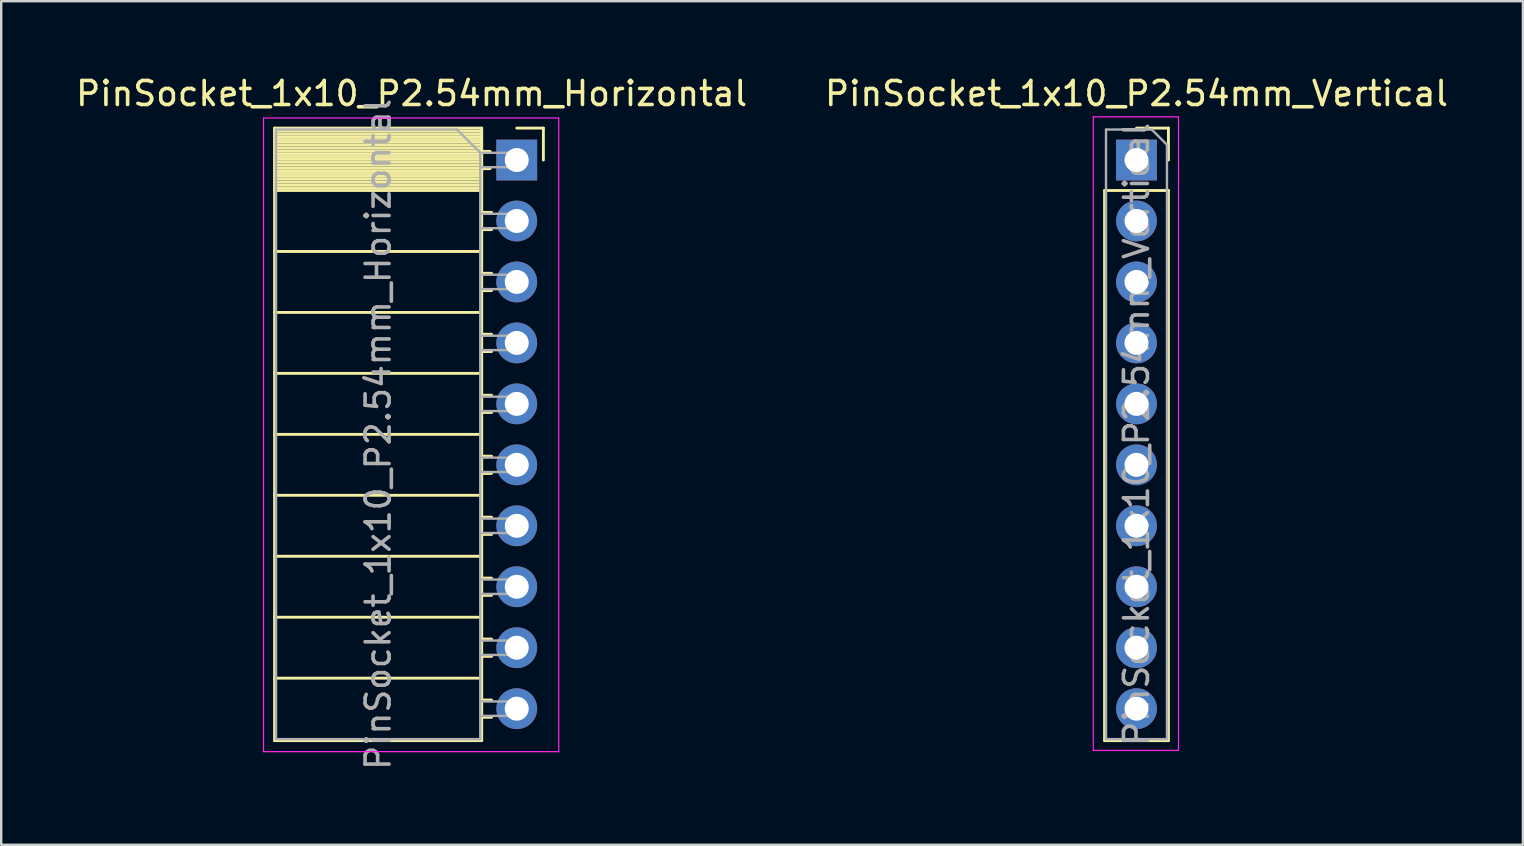
<source format=kicad_pcb>
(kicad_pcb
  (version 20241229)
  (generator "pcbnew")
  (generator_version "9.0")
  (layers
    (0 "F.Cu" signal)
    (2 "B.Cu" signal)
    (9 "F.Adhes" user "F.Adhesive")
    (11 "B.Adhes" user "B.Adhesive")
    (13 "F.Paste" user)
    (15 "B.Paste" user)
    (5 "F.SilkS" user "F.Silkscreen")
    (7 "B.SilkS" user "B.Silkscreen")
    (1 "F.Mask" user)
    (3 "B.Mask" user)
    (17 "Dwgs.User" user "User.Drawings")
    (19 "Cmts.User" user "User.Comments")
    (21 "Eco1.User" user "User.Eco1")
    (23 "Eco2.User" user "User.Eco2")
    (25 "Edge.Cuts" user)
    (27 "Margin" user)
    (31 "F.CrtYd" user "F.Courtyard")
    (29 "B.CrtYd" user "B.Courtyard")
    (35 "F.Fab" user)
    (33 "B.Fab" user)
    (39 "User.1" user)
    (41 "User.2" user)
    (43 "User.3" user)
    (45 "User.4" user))
  (footprint "PinSocket_1x10_P2.54mm_Horizontal"
    (layer "F.Cu")
    (at 18.481 3.618)
    (property "Reference" "PinSocket_1x10_P2.54mm_Horizontal" (at -4.38 -2.77 0) (layer "F.SilkS") (effects (font (size 1 1) (thickness 0.15))))
    (attr through_hole)
    (fp_line (start -10.09 -1.33) (end -10.09 24.19) (stroke (width 0.12) (type solid)) (layer "F.SilkS"))
    (fp_line (start -10.09 -1.33) (end -1.46 -1.33) (stroke (width 0.12) (type solid)) (layer "F.SilkS"))
    (fp_line (start -10.09 -1.21) (end -1.46 -1.21) (stroke (width 0.12) (type solid)) (layer "F.SilkS"))
    (fp_line (start -10.09 -1.092) (end -1.46 -1.092) (stroke (width 0.12) (type solid)) (layer "F.SilkS"))
    (fp_line (start -10.09 -0.974) (end -1.46 -0.974) (stroke (width 0.12) (type solid)) (layer "F.SilkS"))
    (fp_line (start -10.09 -0.856) (end -1.46 -0.856) (stroke (width 0.12) (type solid)) (layer "F.SilkS"))
    (fp_line (start -10.09 -0.738) (end -1.46 -0.738) (stroke (width 0.12) (type solid)) (layer "F.SilkS"))
    (fp_line (start -10.09 -0.62) (end -1.46 -0.62) (stroke (width 0.12) (type solid)) (layer "F.SilkS"))
    (fp_line (start -10.09 -0.501) (end -1.46 -0.501) (stroke (width 0.12) (type solid)) (layer "F.SilkS"))
    (fp_line (start -10.09 -0.383) (end -1.46 -0.383) (stroke (width 0.12) (type solid)) (layer "F.SilkS"))
    (fp_line (start -10.09 -0.265) (end -1.46 -0.265) (stroke (width 0.12) (type solid)) (layer "F.SilkS"))
    (fp_line (start -10.09 -0.147) (end -1.46 -0.147) (stroke (width 0.12) (type solid)) (layer "F.SilkS"))
    (fp_line (start -10.09 -0.029) (end -1.46 -0.029) (stroke (width 0.12) (type solid)) (layer "F.SilkS"))
    (fp_line (start -10.09 0.089) (end -1.46 0.089) (stroke (width 0.12) (type solid)) (layer "F.SilkS"))
    (fp_line (start -10.09 0.207) (end -1.46 0.207) (stroke (width 0.12) (type solid)) (layer "F.SilkS"))
    (fp_line (start -10.09 0.325) (end -1.46 0.325) (stroke (width 0.12) (type solid)) (layer "F.SilkS"))
    (fp_line (start -10.09 0.443) (end -1.46 0.443) (stroke (width 0.12) (type solid)) (layer "F.SilkS"))
    (fp_line (start -10.09 0.561) (end -1.46 0.561) (stroke (width 0.12) (type solid)) (layer "F.SilkS"))
    (fp_line (start -10.09 0.68) (end -1.46 0.68) (stroke (width 0.12) (type solid)) (layer "F.SilkS"))
    (fp_line (start -10.09 0.798) (end -1.46 0.798) (stroke (width 0.12) (type solid)) (layer "F.SilkS"))
    (fp_line (start -10.09 0.916) (end -1.46 0.916) (stroke (width 0.12) (type solid)) (layer "F.SilkS"))
    (fp_line (start -10.09 1.034) (end -1.46 1.034) (stroke (width 0.12) (type solid)) (layer "F.SilkS"))
    (fp_line (start -10.09 1.152) (end -1.46 1.152) (stroke (width 0.12) (type solid)) (layer "F.SilkS"))
    (fp_line (start -10.09 1.27) (end -1.46 1.27) (stroke (width 0.12) (type solid)) (layer "F.SilkS"))
    (fp_line (start -10.09 3.81) (end -1.46 3.81) (stroke (width 0.12) (type solid)) (layer "F.SilkS"))
    (fp_line (start -10.09 6.35) (end -1.46 6.35) (stroke (width 0.12) (type solid)) (layer "F.SilkS"))
    (fp_line (start -10.09 8.89) (end -1.46 8.89) (stroke (width 0.12) (type solid)) (layer "F.SilkS"))
    (fp_line (start -10.09 11.43) (end -1.46 11.43) (stroke (width 0.12) (type solid)) (layer "F.SilkS"))
    (fp_line (start -10.09 13.97) (end -1.46 13.97) (stroke (width 0.12) (type solid)) (layer "F.SilkS"))
    (fp_line (start -10.09 16.51) (end -1.46 16.51) (stroke (width 0.12) (type solid)) (layer "F.SilkS"))
    (fp_line (start -10.09 19.05) (end -1.46 19.05) (stroke (width 0.12) (type solid)) (layer "F.SilkS"))
    (fp_line (start -10.09 21.59) (end -1.46 21.59) (stroke (width 0.12) (type solid)) (layer "F.SilkS"))
    (fp_line (start -10.09 24.19) (end -1.46 24.19) (stroke (width 0.12) (type solid)) (layer "F.SilkS"))
    (fp_line (start -1.46 -1.33) (end -1.46 24.19) (stroke (width 0.12) (type solid)) (layer "F.SilkS"))
    (fp_line (start -1.46 -0.36) (end -1.11 -0.36) (stroke (width 0.12) (type solid)) (layer "F.SilkS"))
    (fp_line (start -1.46 0.36) (end -1.11 0.36) (stroke (width 0.12) (type solid)) (layer "F.SilkS"))
    (fp_line (start -1.46 2.18) (end -1.05 2.18) (stroke (width 0.12) (type solid)) (layer "F.SilkS"))
    (fp_line (start -1.46 2.9) (end -1.05 2.9) (stroke (width 0.12) (type solid)) (layer "F.SilkS"))
    (fp_line (start -1.46 4.72) (end -1.05 4.72) (stroke (width 0.12) (type solid)) (layer "F.SilkS"))
    (fp_line (start -1.46 5.44) (end -1.05 5.44) (stroke (width 0.12) (type solid)) (layer "F.SilkS"))
    (fp_line (start -1.46 7.26) (end -1.05 7.26) (stroke (width 0.12) (type solid)) (layer "F.SilkS"))
    (fp_line (start -1.46 7.98) (end -1.05 7.98) (stroke (width 0.12) (type solid)) (layer "F.SilkS"))
    (fp_line (start -1.46 9.8) (end -1.05 9.8) (stroke (width 0.12) (type solid)) (layer "F.SilkS"))
    (fp_line (start -1.46 10.52) (end -1.05 10.52) (stroke (width 0.12) (type solid)) (layer "F.SilkS"))
    (fp_line (start -1.46 12.34) (end -1.05 12.34) (stroke (width 0.12) (type solid)) (layer "F.SilkS"))
    (fp_line (start -1.46 13.06) (end -1.05 13.06) (stroke (width 0.12) (type solid)) (layer "F.SilkS"))
    (fp_line (start -1.46 14.88) (end -1.05 14.88) (stroke (width 0.12) (type solid)) (layer "F.SilkS"))
    (fp_line (start -1.46 15.6) (end -1.05 15.6) (stroke (width 0.12) (type solid)) (layer "F.SilkS"))
    (fp_line (start -1.46 17.42) (end -1.05 17.42) (stroke (width 0.12) (type solid)) (layer "F.SilkS"))
    (fp_line (start -1.46 18.14) (end -1.05 18.14) (stroke (width 0.12) (type solid)) (layer "F.SilkS"))
    (fp_line (start -1.46 19.96) (end -1.05 19.96) (stroke (width 0.12) (type solid)) (layer "F.SilkS"))
    (fp_line (start -1.46 20.68) (end -1.05 20.68) (stroke (width 0.12) (type solid)) (layer "F.SilkS"))
    (fp_line (start -1.46 22.5) (end -1.05 22.5) (stroke (width 0.12) (type solid)) (layer "F.SilkS"))
    (fp_line (start -1.46 23.22) (end -1.05 23.22) (stroke (width 0.12) (type solid)) (layer "F.SilkS"))
    (fp_line (start 0 -1.33) (end 1.11 -1.33) (stroke (width 0.12) (type solid)) (layer "F.SilkS"))
    (fp_line (start 1.11 -1.33) (end 1.11 0) (stroke (width 0.12) (type solid)) (layer "F.SilkS"))
    (fp_line (start -10.55 -1.75) (end -10.55 24.65) (stroke (width 0.05) (type solid)) (layer "F.CrtYd"))
    (fp_line (start -10.55 24.65) (end 1.75 24.65) (stroke (width 0.05) (type solid)) (layer "F.CrtYd"))
    (fp_line (start 1.75 -1.75) (end -10.55 -1.75) (stroke (width 0.05) (type solid)) (layer "F.CrtYd"))
    (fp_line (start 1.75 24.65) (end 1.75 -1.75) (stroke (width 0.05) (type solid)) (layer "F.CrtYd"))
    (fp_line (start -10.03 -1.27) (end -2.49 -1.27) (stroke (width 0.1) (type solid)) (layer "F.Fab"))
    (fp_line (start -10.03 24.13) (end -10.03 -1.27) (stroke (width 0.1) (type solid)) (layer "F.Fab"))
    (fp_line (start -2.49 -1.27) (end -1.52 -0.3) (stroke (width 0.1) (type solid)) (layer "F.Fab"))
    (fp_line (start -1.52 -0.3) (end -1.52 24.13) (stroke (width 0.1) (type solid)) (layer "F.Fab"))
    (fp_line (start -1.52 0.3) (end 0 0.3) (stroke (width 0.1) (type solid)) (layer "F.Fab"))
    (fp_line (start -1.52 2.84) (end 0 2.84) (stroke (width 0.1) (type solid)) (layer "F.Fab"))
    (fp_line (start -1.52 5.38) (end 0 5.38) (stroke (width 0.1) (type solid)) (layer "F.Fab"))
    (fp_line (start -1.52 7.92) (end 0 7.92) (stroke (width 0.1) (type solid)) (layer "F.Fab"))
    (fp_line (start -1.52 10.46) (end 0 10.46) (stroke (width 0.1) (type solid)) (layer "F.Fab"))
    (fp_line (start -1.52 13) (end 0 13) (stroke (width 0.1) (type solid)) (layer "F.Fab"))
    (fp_line (start -1.52 15.54) (end 0 15.54) (stroke (width 0.1) (type solid)) (layer "F.Fab"))
    (fp_line (start -1.52 18.08) (end 0 18.08) (stroke (width 0.1) (type solid)) (layer "F.Fab"))
    (fp_line (start -1.52 20.62) (end 0 20.62) (stroke (width 0.1) (type solid)) (layer "F.Fab"))
    (fp_line (start -1.52 23.16) (end 0 23.16) (stroke (width 0.1) (type solid)) (layer "F.Fab"))
    (fp_line (start -1.52 24.13) (end -10.03 24.13) (stroke (width 0.1) (type solid)) (layer "F.Fab"))
    (fp_line (start 0 -0.3) (end -1.52 -0.3) (stroke (width 0.1) (type solid)) (layer "F.Fab"))
    (fp_line (start 0 0.3) (end 0 -0.3) (stroke (width 0.1) (type solid)) (layer "F.Fab"))
    (fp_line (start 0 2.24) (end -1.52 2.24) (stroke (width 0.1) (type solid)) (layer "F.Fab"))
    (fp_line (start 0 2.84) (end 0 2.24) (stroke (width 0.1) (type solid)) (layer "F.Fab"))
    (fp_line (start 0 4.78) (end -1.52 4.78) (stroke (width 0.1) (type solid)) (layer "F.Fab"))
    (fp_line (start 0 5.38) (end 0 4.78) (stroke (width 0.1) (type solid)) (layer "F.Fab"))
    (fp_line (start 0 7.32) (end -1.52 7.32) (stroke (width 0.1) (type solid)) (layer "F.Fab"))
    (fp_line (start 0 7.92) (end 0 7.32) (stroke (width 0.1) (type solid)) (layer "F.Fab"))
    (fp_line (start 0 9.86) (end -1.52 9.86) (stroke (width 0.1) (type solid)) (layer "F.Fab"))
    (fp_line (start 0 10.46) (end 0 9.86) (stroke (width 0.1) (type solid)) (layer "F.Fab"))
    (fp_line (start 0 12.4) (end -1.52 12.4) (stroke (width 0.1) (type solid)) (layer "F.Fab"))
    (fp_line (start 0 13) (end 0 12.4) (stroke (width 0.1) (type solid)) (layer "F.Fab"))
    (fp_line (start 0 14.94) (end -1.52 14.94) (stroke (width 0.1) (type solid)) (layer "F.Fab"))
    (fp_line (start 0 15.54) (end 0 14.94) (stroke (width 0.1) (type solid)) (layer "F.Fab"))
    (fp_line (start 0 17.48) (end -1.52 17.48) (stroke (width 0.1) (type solid)) (layer "F.Fab"))
    (fp_line (start 0 18.08) (end 0 17.48) (stroke (width 0.1) (type solid)) (layer "F.Fab"))
    (fp_line (start 0 20.02) (end -1.52 20.02) (stroke (width 0.1) (type solid)) (layer "F.Fab"))
    (fp_line (start 0 20.62) (end 0 20.02) (stroke (width 0.1) (type solid)) (layer "F.Fab"))
    (fp_line (start 0 22.56) (end -1.52 22.56) (stroke (width 0.1) (type solid)) (layer "F.Fab"))
    (fp_line (start 0 23.16) (end 0 22.56) (stroke (width 0.1) (type solid)) (layer "F.Fab"))
    (fp_text user "${REFERENCE}" (at -5.775 11.43 90) (layer "F.Fab") (effects (font (size 1 1) (thickness 0.15))))
    (pad "1" thru_hole rect (at 0 0) (size 1.7 1.7) (drill 1) (layers "*.Cu" "*.Mask"))
    (pad "2" thru_hole oval (at 0 2.54) (size 1.7 1.7) (drill 1) (layers "*.Cu" "*.Mask"))
    (pad "3" thru_hole oval (at 0 5.08) (size 1.7 1.7) (drill 1) (layers "*.Cu" "*.Mask"))
    (pad "4" thru_hole oval (at 0 7.62) (size 1.7 1.7) (drill 1) (layers "*.Cu" "*.Mask"))
    (pad "5" thru_hole oval (at 0 10.16) (size 1.7 1.7) (drill 1) (layers "*.Cu" "*.Mask"))
    (pad "6" thru_hole oval (at 0 12.7) (size 1.7 1.7) (drill 1) (layers "*.Cu" "*.Mask"))
    (pad "7" thru_hole oval (at 0 15.24) (size 1.7 1.7) (drill 1) (layers "*.Cu" "*.Mask"))
    (pad "8" thru_hole oval (at 0 17.78) (size 1.7 1.7) (drill 1) (layers "*.Cu" "*.Mask"))
    (pad "9" thru_hole oval (at 0 20.32) (size 1.7 1.7) (drill 1) (layers "*.Cu" "*.Mask"))
    (pad "10" thru_hole oval (at 0 22.86) (size 1.7 1.7) (drill 1) (layers "*.Cu" "*.Mask")))
  (footprint "PinSocket_1x10_P2.54mm_Vertical"
    (layer "F.Cu")
    (at 44.304 3.618)
    (property "Reference" "PinSocket_1x10_P2.54mm_Vertical" (at 0 -2.77 0) (layer "F.SilkS") (effects (font (size 1 1) (thickness 0.15))))
    (attr through_hole)
    (fp_line (start -1.33 1.27) (end -1.33 24.19) (stroke (width 0.12) (type solid)) (layer "F.SilkS"))
    (fp_line (start -1.33 1.27) (end 1.33 1.27) (stroke (width 0.12) (type solid)) (layer "F.SilkS"))
    (fp_line (start -1.33 24.19) (end 1.33 24.19) (stroke (width 0.12) (type solid)) (layer "F.SilkS"))
    (fp_line (start 0 -1.33) (end 1.33 -1.33) (stroke (width 0.12) (type solid)) (layer "F.SilkS"))
    (fp_line (start 1.33 -1.33) (end 1.33 0) (stroke (width 0.12) (type solid)) (layer "F.SilkS"))
    (fp_line (start 1.33 1.27) (end 1.33 24.19) (stroke (width 0.12) (type solid)) (layer "F.SilkS"))
    (fp_line (start -1.8 -1.8) (end 1.75 -1.8) (stroke (width 0.05) (type solid)) (layer "F.CrtYd"))
    (fp_line (start -1.8 24.6) (end -1.8 -1.8) (stroke (width 0.05) (type solid)) (layer "F.CrtYd"))
    (fp_line (start 1.75 -1.8) (end 1.75 24.6) (stroke (width 0.05) (type solid)) (layer "F.CrtYd"))
    (fp_line (start 1.75 24.6) (end -1.8 24.6) (stroke (width 0.05) (type solid)) (layer "F.CrtYd"))
    (fp_line (start -1.27 -1.27) (end 0.635 -1.27) (stroke (width 0.1) (type solid)) (layer "F.Fab"))
    (fp_line (start -1.27 24.13) (end -1.27 -1.27) (stroke (width 0.1) (type solid)) (layer "F.Fab"))
    (fp_line (start 0.635 -1.27) (end 1.27 -0.635) (stroke (width 0.1) (type solid)) (layer "F.Fab"))
    (fp_line (start 1.27 -0.635) (end 1.27 24.13) (stroke (width 0.1) (type solid)) (layer "F.Fab"))
    (fp_line (start 1.27 24.13) (end -1.27 24.13) (stroke (width 0.1) (type solid)) (layer "F.Fab"))
    (fp_text user "${REFERENCE}" (at 0 11.43 90) (layer "F.Fab") (effects (font (size 1 1) (thickness 0.15))))
    (pad "1" thru_hole rect (at 0 0) (size 1.7 1.7) (drill 1) (layers "*.Cu" "*.Mask"))
    (pad "2" thru_hole oval (at 0 2.54) (size 1.7 1.7) (drill 1) (layers "*.Cu" "*.Mask"))
    (pad "3" thru_hole oval (at 0 5.08) (size 1.7 1.7) (drill 1) (layers "*.Cu" "*.Mask"))
    (pad "4" thru_hole oval (at 0 7.62) (size 1.7 1.7) (drill 1) (layers "*.Cu" "*.Mask"))
    (pad "5" thru_hole oval (at 0 10.16) (size 1.7 1.7) (drill 1) (layers "*.Cu" "*.Mask"))
    (pad "6" thru_hole oval (at 0 12.7) (size 1.7 1.7) (drill 1) (layers "*.Cu" "*.Mask"))
    (pad "7" thru_hole oval (at 0 15.24) (size 1.7 1.7) (drill 1) (layers "*.Cu" "*.Mask"))
    (pad "8" thru_hole oval (at 0 17.78) (size 1.7 1.7) (drill 1) (layers "*.Cu" "*.Mask"))
    (pad "9" thru_hole oval (at 0 20.32) (size 1.7 1.7) (drill 1) (layers "*.Cu" "*.Mask"))
    (pad "10" thru_hole oval (at 0 22.86) (size 1.7 1.7) (drill 1) (layers "*.Cu" "*.Mask")))
  (gr_rect
    (start -3 -3)
    (end 60.405 32.149)
    (stroke (width 0.1) (type default))
    (fill no)
    (layer "Edge.Cuts")))
</source>
